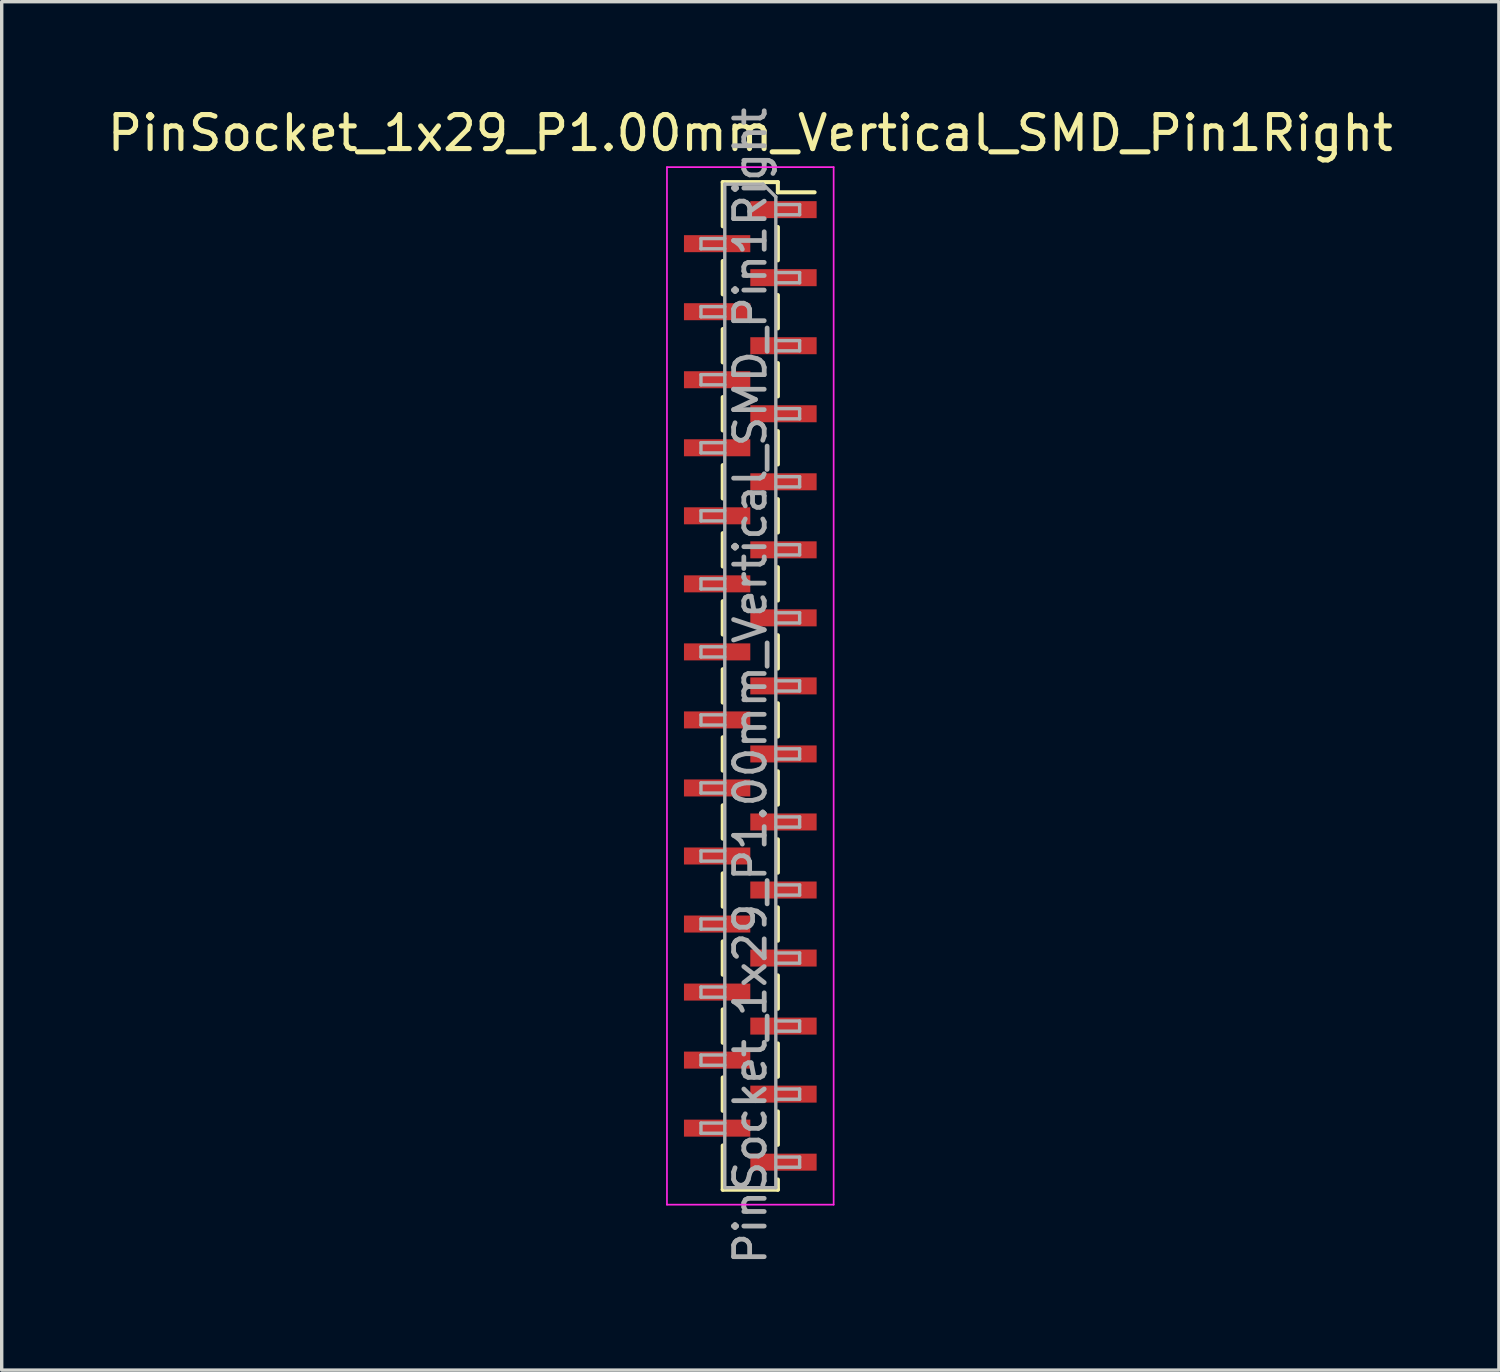
<source format=kicad_pcb>
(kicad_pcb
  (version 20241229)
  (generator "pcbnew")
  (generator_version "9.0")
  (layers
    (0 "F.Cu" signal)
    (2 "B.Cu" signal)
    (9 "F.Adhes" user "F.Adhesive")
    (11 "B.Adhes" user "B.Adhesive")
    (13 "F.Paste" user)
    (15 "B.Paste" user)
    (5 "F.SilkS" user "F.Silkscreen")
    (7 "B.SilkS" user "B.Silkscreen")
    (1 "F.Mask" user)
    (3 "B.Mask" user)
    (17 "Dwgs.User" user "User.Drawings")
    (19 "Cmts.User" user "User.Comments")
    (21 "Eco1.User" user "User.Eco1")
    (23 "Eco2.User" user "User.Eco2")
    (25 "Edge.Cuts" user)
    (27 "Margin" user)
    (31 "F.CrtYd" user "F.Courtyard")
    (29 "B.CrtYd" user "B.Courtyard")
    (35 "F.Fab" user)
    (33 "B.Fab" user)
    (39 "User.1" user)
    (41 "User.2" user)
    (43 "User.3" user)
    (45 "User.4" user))
  (footprint "PinSocket_1x29_P1.00mm_Vertical_SMD_Pin1Right"
    (layer "F.Cu")
    (at 19.006 17.113)
    (property "Reference" "PinSocket_1x29_P1.00mm_Vertical_SMD_Pin1Right" (at 0 -16.25 0) (layer "F.SilkS") (effects (font (size 1 1) (thickness 0.15))))
    (attr smd)
    (fp_line (start -0.81 -14.81) (end -0.81 -13.51) (stroke (width 0.12) (type solid)) (layer "F.SilkS"))
    (fp_line (start -0.81 -14.81) (end 0.81 -14.81) (stroke (width 0.12) (type solid)) (layer "F.SilkS"))
    (fp_line (start -0.81 -12.49) (end -0.81 -11.51) (stroke (width 0.12) (type solid)) (layer "F.SilkS"))
    (fp_line (start -0.81 -10.49) (end -0.81 -9.51) (stroke (width 0.12) (type solid)) (layer "F.SilkS"))
    (fp_line (start -0.81 -8.49) (end -0.81 -7.51) (stroke (width 0.12) (type solid)) (layer "F.SilkS"))
    (fp_line (start -0.81 -6.49) (end -0.81 -5.51) (stroke (width 0.12) (type solid)) (layer "F.SilkS"))
    (fp_line (start -0.81 -4.49) (end -0.81 -3.51) (stroke (width 0.12) (type solid)) (layer "F.SilkS"))
    (fp_line (start -0.81 -2.49) (end -0.81 -1.51) (stroke (width 0.12) (type solid)) (layer "F.SilkS"))
    (fp_line (start -0.81 -0.49) (end -0.81 0.49) (stroke (width 0.12) (type solid)) (layer "F.SilkS"))
    (fp_line (start -0.81 1.51) (end -0.81 2.49) (stroke (width 0.12) (type solid)) (layer "F.SilkS"))
    (fp_line (start -0.81 3.51) (end -0.81 4.49) (stroke (width 0.12) (type solid)) (layer "F.SilkS"))
    (fp_line (start -0.81 5.51) (end -0.81 6.49) (stroke (width 0.12) (type solid)) (layer "F.SilkS"))
    (fp_line (start -0.81 7.51) (end -0.81 8.49) (stroke (width 0.12) (type solid)) (layer "F.SilkS"))
    (fp_line (start -0.81 9.51) (end -0.81 10.49) (stroke (width 0.12) (type solid)) (layer "F.SilkS"))
    (fp_line (start -0.81 11.51) (end -0.81 12.49) (stroke (width 0.12) (type solid)) (layer "F.SilkS"))
    (fp_line (start -0.81 13.51) (end -0.81 14.81) (stroke (width 0.12) (type solid)) (layer "F.SilkS"))
    (fp_line (start -0.81 14.81) (end 0.81 14.81) (stroke (width 0.12) (type solid)) (layer "F.SilkS"))
    (fp_line (start 0.81 -14.81) (end 0.81 -14.51) (stroke (width 0.12) (type solid)) (layer "F.SilkS"))
    (fp_line (start 0.81 -14.51) (end 1.89 -14.51) (stroke (width 0.12) (type solid)) (layer "F.SilkS"))
    (fp_line (start 0.81 -13.49) (end 0.81 -12.51) (stroke (width 0.12) (type solid)) (layer "F.SilkS"))
    (fp_line (start 0.81 -11.49) (end 0.81 -10.51) (stroke (width 0.12) (type solid)) (layer "F.SilkS"))
    (fp_line (start 0.81 -9.49) (end 0.81 -8.51) (stroke (width 0.12) (type solid)) (layer "F.SilkS"))
    (fp_line (start 0.81 -7.49) (end 0.81 -6.51) (stroke (width 0.12) (type solid)) (layer "F.SilkS"))
    (fp_line (start 0.81 -5.49) (end 0.81 -4.51) (stroke (width 0.12) (type solid)) (layer "F.SilkS"))
    (fp_line (start 0.81 -3.49) (end 0.81 -2.51) (stroke (width 0.12) (type solid)) (layer "F.SilkS"))
    (fp_line (start 0.81 -1.49) (end 0.81 -0.51) (stroke (width 0.12) (type solid)) (layer "F.SilkS"))
    (fp_line (start 0.81 0.51) (end 0.81 1.49) (stroke (width 0.12) (type solid)) (layer "F.SilkS"))
    (fp_line (start 0.81 2.51) (end 0.81 3.49) (stroke (width 0.12) (type solid)) (layer "F.SilkS"))
    (fp_line (start 0.81 4.51) (end 0.81 5.49) (stroke (width 0.12) (type solid)) (layer "F.SilkS"))
    (fp_line (start 0.81 6.51) (end 0.81 7.49) (stroke (width 0.12) (type solid)) (layer "F.SilkS"))
    (fp_line (start 0.81 8.51) (end 0.81 9.49) (stroke (width 0.12) (type solid)) (layer "F.SilkS"))
    (fp_line (start 0.81 10.51) (end 0.81 11.49) (stroke (width 0.12) (type solid)) (layer "F.SilkS"))
    (fp_line (start 0.81 12.51) (end 0.81 13.49) (stroke (width 0.12) (type solid)) (layer "F.SilkS"))
    (fp_line (start 0.81 14.51) (end 0.81 14.81) (stroke (width 0.12) (type solid)) (layer "F.SilkS"))
    (fp_line (start -2.45 -15.25) (end 2.45 -15.25) (stroke (width 0.05) (type solid)) (layer "F.CrtYd"))
    (fp_line (start -2.45 15.25) (end -2.45 -15.25) (stroke (width 0.05) (type solid)) (layer "F.CrtYd"))
    (fp_line (start 2.45 -15.25) (end 2.45 15.25) (stroke (width 0.05) (type solid)) (layer "F.CrtYd"))
    (fp_line (start 2.45 15.25) (end -2.45 15.25) (stroke (width 0.05) (type solid)) (layer "F.CrtYd"))
    (fp_line (start -1.45 -13.15) (end -0.75 -13.15) (stroke (width 0.1) (type solid)) (layer "F.Fab"))
    (fp_line (start -1.45 -12.85) (end -1.45 -13.15) (stroke (width 0.1) (type solid)) (layer "F.Fab"))
    (fp_line (start -1.45 -11.15) (end -0.75 -11.15) (stroke (width 0.1) (type solid)) (layer "F.Fab"))
    (fp_line (start -1.45 -10.85) (end -1.45 -11.15) (stroke (width 0.1) (type solid)) (layer "F.Fab"))
    (fp_line (start -1.45 -9.15) (end -0.75 -9.15) (stroke (width 0.1) (type solid)) (layer "F.Fab"))
    (fp_line (start -1.45 -8.85) (end -1.45 -9.15) (stroke (width 0.1) (type solid)) (layer "F.Fab"))
    (fp_line (start -1.45 -7.15) (end -0.75 -7.15) (stroke (width 0.1) (type solid)) (layer "F.Fab"))
    (fp_line (start -1.45 -6.85) (end -1.45 -7.15) (stroke (width 0.1) (type solid)) (layer "F.Fab"))
    (fp_line (start -1.45 -5.15) (end -0.75 -5.15) (stroke (width 0.1) (type solid)) (layer "F.Fab"))
    (fp_line (start -1.45 -4.85) (end -1.45 -5.15) (stroke (width 0.1) (type solid)) (layer "F.Fab"))
    (fp_line (start -1.45 -3.15) (end -0.75 -3.15) (stroke (width 0.1) (type solid)) (layer "F.Fab"))
    (fp_line (start -1.45 -2.85) (end -1.45 -3.15) (stroke (width 0.1) (type solid)) (layer "F.Fab"))
    (fp_line (start -1.45 -1.15) (end -0.75 -1.15) (stroke (width 0.1) (type solid)) (layer "F.Fab"))
    (fp_line (start -1.45 -0.85) (end -1.45 -1.15) (stroke (width 0.1) (type solid)) (layer "F.Fab"))
    (fp_line (start -1.45 0.85) (end -0.75 0.85) (stroke (width 0.1) (type solid)) (layer "F.Fab"))
    (fp_line (start -1.45 1.15) (end -1.45 0.85) (stroke (width 0.1) (type solid)) (layer "F.Fab"))
    (fp_line (start -1.45 2.85) (end -0.75 2.85) (stroke (width 0.1) (type solid)) (layer "F.Fab"))
    (fp_line (start -1.45 3.15) (end -1.45 2.85) (stroke (width 0.1) (type solid)) (layer "F.Fab"))
    (fp_line (start -1.45 4.85) (end -0.75 4.85) (stroke (width 0.1) (type solid)) (layer "F.Fab"))
    (fp_line (start -1.45 5.15) (end -1.45 4.85) (stroke (width 0.1) (type solid)) (layer "F.Fab"))
    (fp_line (start -1.45 6.85) (end -0.75 6.85) (stroke (width 0.1) (type solid)) (layer "F.Fab"))
    (fp_line (start -1.45 7.15) (end -1.45 6.85) (stroke (width 0.1) (type solid)) (layer "F.Fab"))
    (fp_line (start -1.45 8.85) (end -0.75 8.85) (stroke (width 0.1) (type solid)) (layer "F.Fab"))
    (fp_line (start -1.45 9.15) (end -1.45 8.85) (stroke (width 0.1) (type solid)) (layer "F.Fab"))
    (fp_line (start -1.45 10.85) (end -0.75 10.85) (stroke (width 0.1) (type solid)) (layer "F.Fab"))
    (fp_line (start -1.45 11.15) (end -1.45 10.85) (stroke (width 0.1) (type solid)) (layer "F.Fab"))
    (fp_line (start -1.45 12.85) (end -0.75 12.85) (stroke (width 0.1) (type solid)) (layer "F.Fab"))
    (fp_line (start -1.45 13.15) (end -1.45 12.85) (stroke (width 0.1) (type solid)) (layer "F.Fab"))
    (fp_line (start -0.75 -14.75) (end 0.375 -14.75) (stroke (width 0.1) (type solid)) (layer "F.Fab"))
    (fp_line (start -0.75 -12.85) (end -1.45 -12.85) (stroke (width 0.1) (type solid)) (layer "F.Fab"))
    (fp_line (start -0.75 -10.85) (end -1.45 -10.85) (stroke (width 0.1) (type solid)) (layer "F.Fab"))
    (fp_line (start -0.75 -8.85) (end -1.45 -8.85) (stroke (width 0.1) (type solid)) (layer "F.Fab"))
    (fp_line (start -0.75 -6.85) (end -1.45 -6.85) (stroke (width 0.1) (type solid)) (layer "F.Fab"))
    (fp_line (start -0.75 -4.85) (end -1.45 -4.85) (stroke (width 0.1) (type solid)) (layer "F.Fab"))
    (fp_line (start -0.75 -2.85) (end -1.45 -2.85) (stroke (width 0.1) (type solid)) (layer "F.Fab"))
    (fp_line (start -0.75 -0.85) (end -1.45 -0.85) (stroke (width 0.1) (type solid)) (layer "F.Fab"))
    (fp_line (start -0.75 1.15) (end -1.45 1.15) (stroke (width 0.1) (type solid)) (layer "F.Fab"))
    (fp_line (start -0.75 3.15) (end -1.45 3.15) (stroke (width 0.1) (type solid)) (layer "F.Fab"))
    (fp_line (start -0.75 5.15) (end -1.45 5.15) (stroke (width 0.1) (type solid)) (layer "F.Fab"))
    (fp_line (start -0.75 7.15) (end -1.45 7.15) (stroke (width 0.1) (type solid)) (layer "F.Fab"))
    (fp_line (start -0.75 9.15) (end -1.45 9.15) (stroke (width 0.1) (type solid)) (layer "F.Fab"))
    (fp_line (start -0.75 11.15) (end -1.45 11.15) (stroke (width 0.1) (type solid)) (layer "F.Fab"))
    (fp_line (start -0.75 13.15) (end -1.45 13.15) (stroke (width 0.1) (type solid)) (layer "F.Fab"))
    (fp_line (start -0.75 14.75) (end -0.75 -14.75) (stroke (width 0.1) (type solid)) (layer "F.Fab"))
    (fp_line (start 0.375 -14.75) (end 0.75 -14.375) (stroke (width 0.1) (type solid)) (layer "F.Fab"))
    (fp_line (start 0.75 -14.375) (end 0.75 14.75) (stroke (width 0.1) (type solid)) (layer "F.Fab"))
    (fp_line (start 0.75 -14.15) (end 1.45 -14.15) (stroke (width 0.1) (type solid)) (layer "F.Fab"))
    (fp_line (start 0.75 -12.15) (end 1.45 -12.15) (stroke (width 0.1) (type solid)) (layer "F.Fab"))
    (fp_line (start 0.75 -10.15) (end 1.45 -10.15) (stroke (width 0.1) (type solid)) (layer "F.Fab"))
    (fp_line (start 0.75 -8.15) (end 1.45 -8.15) (stroke (width 0.1) (type solid)) (layer "F.Fab"))
    (fp_line (start 0.75 -6.15) (end 1.45 -6.15) (stroke (width 0.1) (type solid)) (layer "F.Fab"))
    (fp_line (start 0.75 -4.15) (end 1.45 -4.15) (stroke (width 0.1) (type solid)) (layer "F.Fab"))
    (fp_line (start 0.75 -2.15) (end 1.45 -2.15) (stroke (width 0.1) (type solid)) (layer "F.Fab"))
    (fp_line (start 0.75 -0.15) (end 1.45 -0.15) (stroke (width 0.1) (type solid)) (layer "F.Fab"))
    (fp_line (start 0.75 1.85) (end 1.45 1.85) (stroke (width 0.1) (type solid)) (layer "F.Fab"))
    (fp_line (start 0.75 3.85) (end 1.45 3.85) (stroke (width 0.1) (type solid)) (layer "F.Fab"))
    (fp_line (start 0.75 5.85) (end 1.45 5.85) (stroke (width 0.1) (type solid)) (layer "F.Fab"))
    (fp_line (start 0.75 7.85) (end 1.45 7.85) (stroke (width 0.1) (type solid)) (layer "F.Fab"))
    (fp_line (start 0.75 9.85) (end 1.45 9.85) (stroke (width 0.1) (type solid)) (layer "F.Fab"))
    (fp_line (start 0.75 11.85) (end 1.45 11.85) (stroke (width 0.1) (type solid)) (layer "F.Fab"))
    (fp_line (start 0.75 13.85) (end 1.45 13.85) (stroke (width 0.1) (type solid)) (layer "F.Fab"))
    (fp_line (start 0.75 14.75) (end -0.75 14.75) (stroke (width 0.1) (type solid)) (layer "F.Fab"))
    (fp_line (start 1.45 -14.15) (end 1.45 -13.85) (stroke (width 0.1) (type solid)) (layer "F.Fab"))
    (fp_line (start 1.45 -13.85) (end 0.75 -13.85) (stroke (width 0.1) (type solid)) (layer "F.Fab"))
    (fp_line (start 1.45 -12.15) (end 1.45 -11.85) (stroke (width 0.1) (type solid)) (layer "F.Fab"))
    (fp_line (start 1.45 -11.85) (end 0.75 -11.85) (stroke (width 0.1) (type solid)) (layer "F.Fab"))
    (fp_line (start 1.45 -10.15) (end 1.45 -9.85) (stroke (width 0.1) (type solid)) (layer "F.Fab"))
    (fp_line (start 1.45 -9.85) (end 0.75 -9.85) (stroke (width 0.1) (type solid)) (layer "F.Fab"))
    (fp_line (start 1.45 -8.15) (end 1.45 -7.85) (stroke (width 0.1) (type solid)) (layer "F.Fab"))
    (fp_line (start 1.45 -7.85) (end 0.75 -7.85) (stroke (width 0.1) (type solid)) (layer "F.Fab"))
    (fp_line (start 1.45 -6.15) (end 1.45 -5.85) (stroke (width 0.1) (type solid)) (layer "F.Fab"))
    (fp_line (start 1.45 -5.85) (end 0.75 -5.85) (stroke (width 0.1) (type solid)) (layer "F.Fab"))
    (fp_line (start 1.45 -4.15) (end 1.45 -3.85) (stroke (width 0.1) (type solid)) (layer "F.Fab"))
    (fp_line (start 1.45 -3.85) (end 0.75 -3.85) (stroke (width 0.1) (type solid)) (layer "F.Fab"))
    (fp_line (start 1.45 -2.15) (end 1.45 -1.85) (stroke (width 0.1) (type solid)) (layer "F.Fab"))
    (fp_line (start 1.45 -1.85) (end 0.75 -1.85) (stroke (width 0.1) (type solid)) (layer "F.Fab"))
    (fp_line (start 1.45 -0.15) (end 1.45 0.15) (stroke (width 0.1) (type solid)) (layer "F.Fab"))
    (fp_line (start 1.45 0.15) (end 0.75 0.15) (stroke (width 0.1) (type solid)) (layer "F.Fab"))
    (fp_line (start 1.45 1.85) (end 1.45 2.15) (stroke (width 0.1) (type solid)) (layer "F.Fab"))
    (fp_line (start 1.45 2.15) (end 0.75 2.15) (stroke (width 0.1) (type solid)) (layer "F.Fab"))
    (fp_line (start 1.45 3.85) (end 1.45 4.15) (stroke (width 0.1) (type solid)) (layer "F.Fab"))
    (fp_line (start 1.45 4.15) (end 0.75 4.15) (stroke (width 0.1) (type solid)) (layer "F.Fab"))
    (fp_line (start 1.45 5.85) (end 1.45 6.15) (stroke (width 0.1) (type solid)) (layer "F.Fab"))
    (fp_line (start 1.45 6.15) (end 0.75 6.15) (stroke (width 0.1) (type solid)) (layer "F.Fab"))
    (fp_line (start 1.45 7.85) (end 1.45 8.15) (stroke (width 0.1) (type solid)) (layer "F.Fab"))
    (fp_line (start 1.45 8.15) (end 0.75 8.15) (stroke (width 0.1) (type solid)) (layer "F.Fab"))
    (fp_line (start 1.45 9.85) (end 1.45 10.15) (stroke (width 0.1) (type solid)) (layer "F.Fab"))
    (fp_line (start 1.45 10.15) (end 0.75 10.15) (stroke (width 0.1) (type solid)) (layer "F.Fab"))
    (fp_line (start 1.45 11.85) (end 1.45 12.15) (stroke (width 0.1) (type solid)) (layer "F.Fab"))
    (fp_line (start 1.45 12.15) (end 0.75 12.15) (stroke (width 0.1) (type solid)) (layer "F.Fab"))
    (fp_line (start 1.45 13.85) (end 1.45 14.15) (stroke (width 0.1) (type solid)) (layer "F.Fab"))
    (fp_line (start 1.45 14.15) (end 0.75 14.15) (stroke (width 0.1) (type solid)) (layer "F.Fab"))
    (fp_text user "${REFERENCE}" (at 0 0 90) (layer "F.Fab") (effects (font (size 0.9 0.9) (thickness 0.14))))
    (pad "1" smd rect (at 0.975 -14) (size 1.95 0.5) (layers "F.Cu" "F.Mask" "F.Paste"))
    (pad "2" smd rect (at -0.975 -13) (size 1.95 0.5) (layers "F.Cu" "F.Mask" "F.Paste"))
    (pad "3" smd rect (at 0.975 -12) (size 1.95 0.5) (layers "F.Cu" "F.Mask" "F.Paste"))
    (pad "4" smd rect (at -0.975 -11) (size 1.95 0.5) (layers "F.Cu" "F.Mask" "F.Paste"))
    (pad "5" smd rect (at 0.975 -10) (size 1.95 0.5) (layers "F.Cu" "F.Mask" "F.Paste"))
    (pad "6" smd rect (at -0.975 -9) (size 1.95 0.5) (layers "F.Cu" "F.Mask" "F.Paste"))
    (pad "7" smd rect (at 0.975 -8) (size 1.95 0.5) (layers "F.Cu" "F.Mask" "F.Paste"))
    (pad "8" smd rect (at -0.975 -7) (size 1.95 0.5) (layers "F.Cu" "F.Mask" "F.Paste"))
    (pad "9" smd rect (at 0.975 -6) (size 1.95 0.5) (layers "F.Cu" "F.Mask" "F.Paste"))
    (pad "10" smd rect (at -0.975 -5) (size 1.95 0.5) (layers "F.Cu" "F.Mask" "F.Paste"))
    (pad "11" smd rect (at 0.975 -4) (size 1.95 0.5) (layers "F.Cu" "F.Mask" "F.Paste"))
    (pad "12" smd rect (at -0.975 -3) (size 1.95 0.5) (layers "F.Cu" "F.Mask" "F.Paste"))
    (pad "13" smd rect (at 0.975 -2) (size 1.95 0.5) (layers "F.Cu" "F.Mask" "F.Paste"))
    (pad "14" smd rect (at -0.975 -1) (size 1.95 0.5) (layers "F.Cu" "F.Mask" "F.Paste"))
    (pad "15" smd rect (at 0.975 0) (size 1.95 0.5) (layers "F.Cu" "F.Mask" "F.Paste"))
    (pad "16" smd rect (at -0.975 1) (size 1.95 0.5) (layers "F.Cu" "F.Mask" "F.Paste"))
    (pad "17" smd rect (at 0.975 2) (size 1.95 0.5) (layers "F.Cu" "F.Mask" "F.Paste"))
    (pad "18" smd rect (at -0.975 3) (size 1.95 0.5) (layers "F.Cu" "F.Mask" "F.Paste"))
    (pad "19" smd rect (at 0.975 4) (size 1.95 0.5) (layers "F.Cu" "F.Mask" "F.Paste"))
    (pad "20" smd rect (at -0.975 5) (size 1.95 0.5) (layers "F.Cu" "F.Mask" "F.Paste"))
    (pad "21" smd rect (at 0.975 6) (size 1.95 0.5) (layers "F.Cu" "F.Mask" "F.Paste"))
    (pad "22" smd rect (at -0.975 7) (size 1.95 0.5) (layers "F.Cu" "F.Mask" "F.Paste"))
    (pad "23" smd rect (at 0.975 8) (size 1.95 0.5) (layers "F.Cu" "F.Mask" "F.Paste"))
    (pad "24" smd rect (at -0.975 9) (size 1.95 0.5) (layers "F.Cu" "F.Mask" "F.Paste"))
    (pad "25" smd rect (at 0.975 10) (size 1.95 0.5) (layers "F.Cu" "F.Mask" "F.Paste"))
    (pad "26" smd rect (at -0.975 11) (size 1.95 0.5) (layers "F.Cu" "F.Mask" "F.Paste"))
    (pad "27" smd rect (at 0.975 12) (size 1.95 0.5) (layers "F.Cu" "F.Mask" "F.Paste"))
    (pad "28" smd rect (at -0.975 13) (size 1.95 0.5) (layers "F.Cu" "F.Mask" "F.Paste"))
    (pad "29" smd rect (at 0.975 14) (size 1.95 0.5) (layers "F.Cu" "F.Mask" "F.Paste")))
  (gr_rect
    (start -3 -3)
    (end 41.012 37.226)
    (stroke (width 0.1) (type default))
    (fill no)
    (layer "Edge.Cuts")))
</source>
